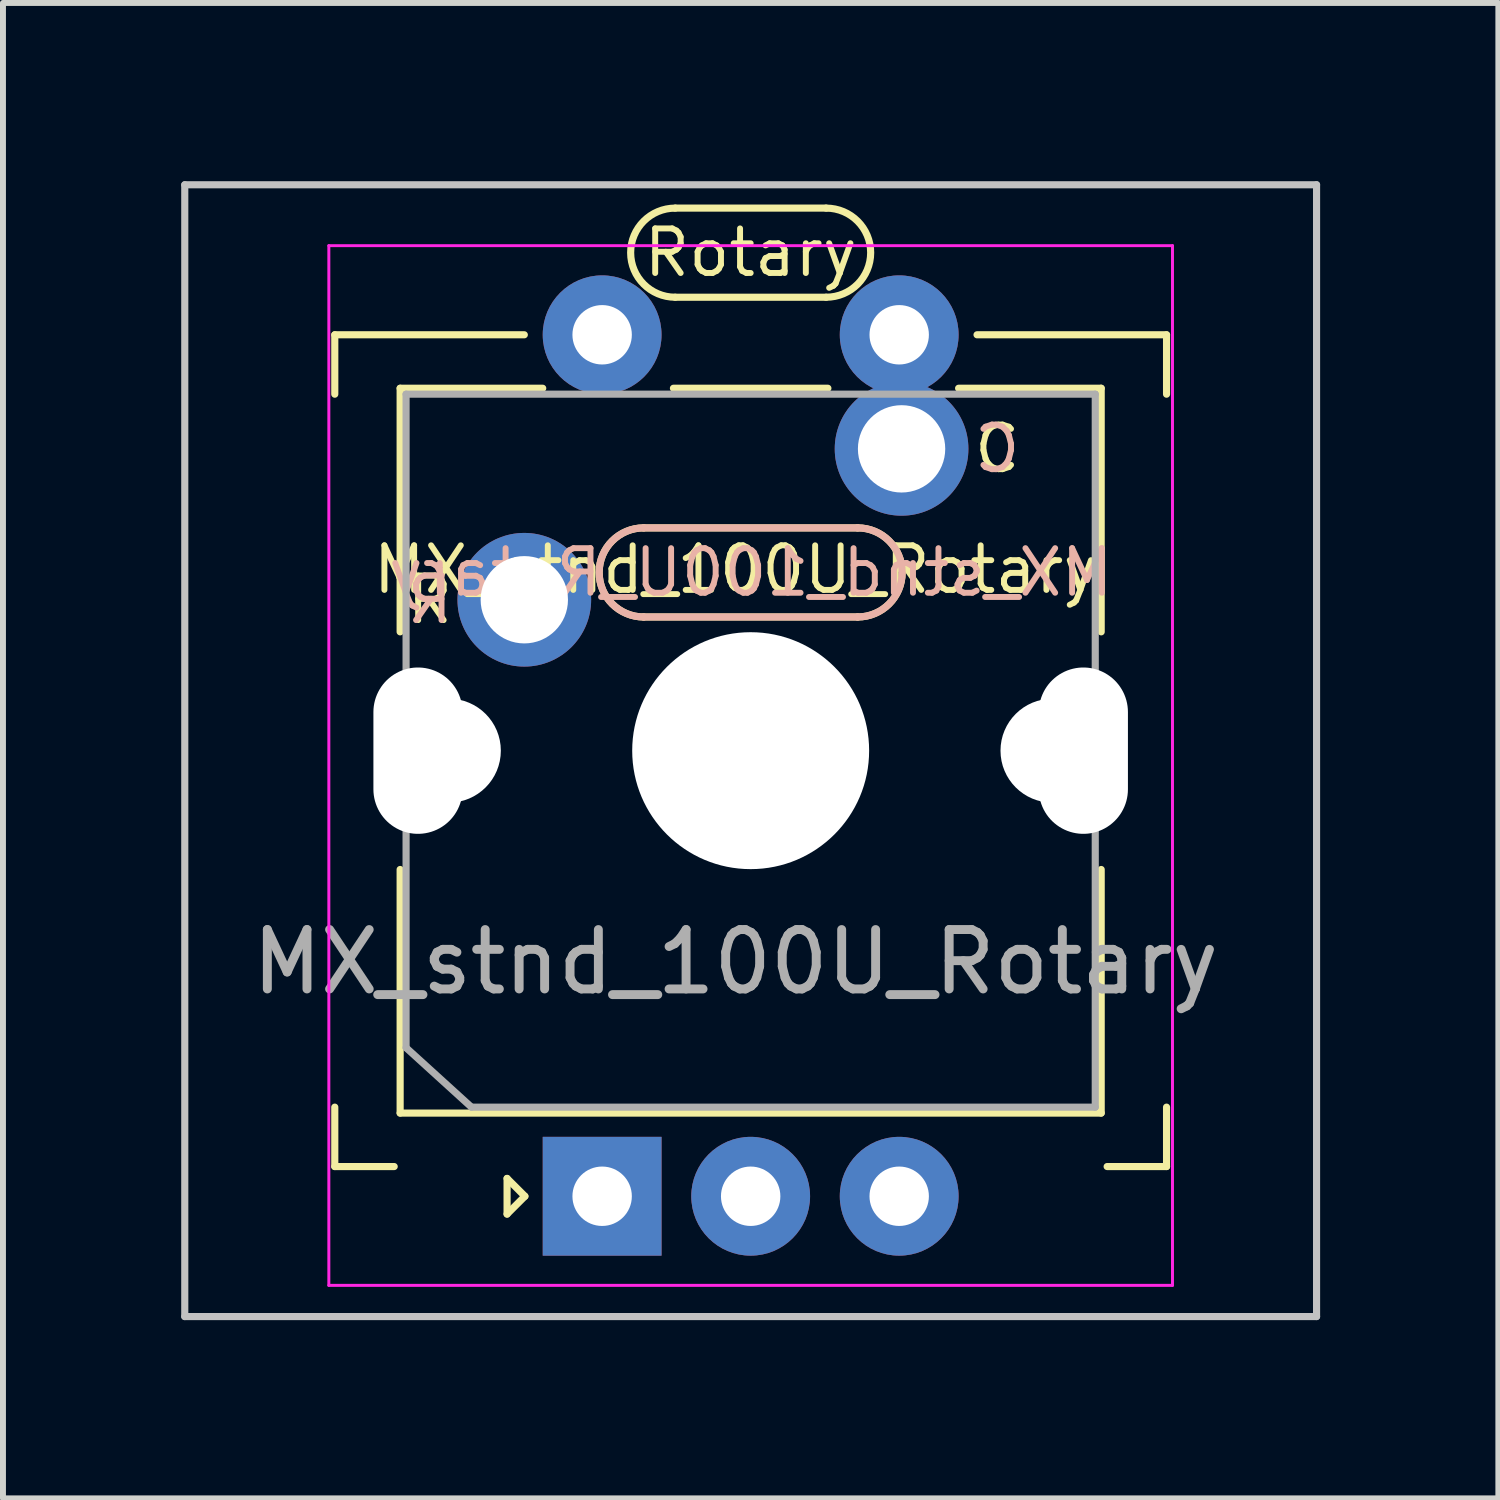
<source format=kicad_pcb>
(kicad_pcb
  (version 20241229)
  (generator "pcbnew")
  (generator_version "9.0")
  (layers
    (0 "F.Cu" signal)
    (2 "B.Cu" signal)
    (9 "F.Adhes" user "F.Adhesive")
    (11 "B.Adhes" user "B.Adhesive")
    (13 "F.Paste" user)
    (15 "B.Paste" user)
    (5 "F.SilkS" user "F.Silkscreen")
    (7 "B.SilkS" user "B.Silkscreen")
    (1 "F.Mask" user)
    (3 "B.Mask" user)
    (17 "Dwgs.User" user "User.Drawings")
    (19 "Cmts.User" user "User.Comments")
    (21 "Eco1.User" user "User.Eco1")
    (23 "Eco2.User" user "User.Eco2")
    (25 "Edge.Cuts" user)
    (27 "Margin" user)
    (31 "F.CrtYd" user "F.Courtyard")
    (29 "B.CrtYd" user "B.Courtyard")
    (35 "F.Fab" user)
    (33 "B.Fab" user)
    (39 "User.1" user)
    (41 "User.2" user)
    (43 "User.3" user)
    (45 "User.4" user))
  (footprint "MX_stnd_100U_Rotary"
    (layer "F.Cu")
    (at 9.585 9.585)
    (property "Reference" "MX_stnd_100U_Rotary" (at -0.254 -3.048 0) (unlocked yes) (layer "F.SilkS") (effects (font (size 0.75 0.75) (thickness 0.1))))
    (attr through_hole)
    (fp_line (start -7 -7) (end -3.81 -7) (stroke (width 0.12) (type solid)) (layer "F.SilkS"))
    (fp_line (start -7 -6) (end -7 -7) (stroke (width 0.12) (type solid)) (layer "F.SilkS"))
    (fp_line (start -7 7) (end -7 6) (stroke (width 0.12) (type solid)) (layer "F.SilkS"))
    (fp_line (start -6 7) (end -7 7) (stroke (width 0.12) (type solid)) (layer "F.SilkS"))
    (fp_line (start -5.9 -6.1) (end -3.5 -6.1) (stroke (width 0.12) (type solid)) (layer "F.SilkS"))
    (fp_line (start -5.9 -2) (end -5.9 -6.1) (stroke (width 0.12) (type solid)) (layer "F.SilkS"))
    (fp_line (start -5.9 2) (end -5.9 6.1) (stroke (width 0.12) (type solid)) (layer "F.SilkS"))
    (fp_line (start -5.9 6.1) (end 5.9 6.1) (stroke (width 0.12) (type solid)) (layer "F.SilkS"))
    (fp_line (start -4.1 7.2) (end -3.8 7.5) (stroke (width 0.12) (type solid)) (layer "F.SilkS"))
    (fp_line (start -4.1 7.8) (end -4.1 7.2) (stroke (width 0.12) (type solid)) (layer "F.SilkS"))
    (fp_line (start -3.8 7.5) (end -4.1 7.8) (stroke (width 0.12) (type solid)) (layer "F.SilkS"))
    (fp_line (start -1.8 -3.75) (end 1.8 -3.75) (stroke (width 0.12) (type solid)) (layer "F.SilkS"))
    (fp_line (start -1.3 -6.1) (end 1.3 -6.1) (stroke (width 0.12) (type solid)) (layer "F.SilkS"))
    (fp_line (start -1.27 -9.132) (end 1.27 -9.132) (stroke (width 0.12) (type solid)) (layer "F.SilkS"))
    (fp_line (start 1.27 -7.632) (end -1.27 -7.632) (stroke (width 0.12) (type solid)) (layer "F.SilkS"))
    (fp_line (start 1.8 -2.25) (end -1.8 -2.25) (stroke (width 0.12) (type solid)) (layer "F.SilkS"))
    (fp_line (start 3.5 -6.1) (end 5.9 -6.1) (stroke (width 0.12) (type solid)) (layer "F.SilkS"))
    (fp_line (start 5.9 -6.1) (end 5.9 -2) (stroke (width 0.12) (type solid)) (layer "F.SilkS"))
    (fp_line (start 5.9 2) (end 5.9 6.1) (stroke (width 0.12) (type solid)) (layer "F.SilkS"))
    (fp_line (start 6 7) (end 7 7) (stroke (width 0.12) (type solid)) (layer "F.SilkS"))
    (fp_line (start 7 -7) (end 3.81 -7) (stroke (width 0.12) (type solid)) (layer "F.SilkS"))
    (fp_line (start 7 -7) (end 7 -6) (stroke (width 0.12) (type solid)) (layer "F.SilkS"))
    (fp_line (start 7 7) (end 7 6) (stroke (width 0.12) (type solid)) (layer "F.SilkS"))
    (fp_arc (start -1.8 -2.25) (mid -2.55 -3) (end -1.8 -3.75) (stroke (width 0.12) (type solid)) (layer "F.SilkS"))
    (fp_arc (start -1.27 -7.632) (mid -2.02 -8.382) (end -1.27 -9.132) (stroke (width 0.12) (type solid)) (layer "F.SilkS"))
    (fp_arc (start 1.27 -9.132) (mid 2.02 -8.382) (end 1.27 -7.632) (stroke (width 0.12) (type solid)) (layer "F.SilkS"))
    (fp_arc (start 1.8 -3.75) (mid 2.55 -3) (end 1.8 -2.25) (stroke (width 0.12) (type solid)) (layer "F.SilkS"))
    (fp_line (start -1.8 -2.25) (end 1.8 -2.25) (stroke (width 0.12) (type solid)) (layer "B.SilkS"))
    (fp_line (start 1.8 -3.75) (end -1.8 -3.75) (stroke (width 0.12) (type solid)) (layer "B.SilkS"))
    (fp_arc (start -1.8 -2.25) (mid -2.55 -3) (end -1.8 -3.75) (stroke (width 0.12) (type solid)) (layer "B.SilkS"))
    (fp_arc (start 1.8 -3.75) (mid 2.55 -3) (end 1.8 -2.25) (stroke (width 0.12) (type solid)) (layer "B.SilkS"))
    (fp_line (start -9.525 -9.525) (end -9.525 9.525) (stroke (width 0.12) (type solid)) (layer "Dwgs.User"))
    (fp_line (start -9.525 9.525) (end 9.525 9.525) (stroke (width 0.12) (type solid)) (layer "Dwgs.User"))
    (fp_line (start 9.525 -9.525) (end -9.525 -9.525) (stroke (width 0.12) (type solid)) (layer "Dwgs.User"))
    (fp_line (start 9.525 9.525) (end 9.525 -9.525) (stroke (width 0.12) (type solid)) (layer "Dwgs.User"))
    (fp_line (start -7.1 9) (end -7.1 -8.5) (stroke (width 0.05) (type solid)) (layer "F.CrtYd"))
    (fp_line (start -7.1 9) (end 7.1 9) (stroke (width 0.05) (type solid)) (layer "F.CrtYd"))
    (fp_line (start 7.1 -8.5) (end -7.1 -8.5) (stroke (width 0.05) (type solid)) (layer "F.CrtYd"))
    (fp_line (start 7.1 -8.5) (end 7.1 9) (stroke (width 0.05) (type solid)) (layer "F.CrtYd"))
    (fp_line (start -5.8 -6) (end 5.8 -6) (stroke (width 0.12) (type solid)) (layer "F.Fab"))
    (fp_line (start -5.8 5) (end -5.8 -6) (stroke (width 0.12) (type solid)) (layer "F.Fab"))
    (fp_line (start -4.7 6) (end -5.8 5) (stroke (width 0.12) (type solid)) (layer "F.Fab"))
    (fp_line (start 5.8 -6) (end 5.8 6) (stroke (width 0.12) (type solid)) (layer "F.Fab"))
    (fp_line (start 5.8 6) (end -4.7 6) (stroke (width 0.12) (type solid)) (layer "F.Fab"))
    (fp_text user "R" (at -5.4 -2.54 0) (unlocked yes) (layer "F.SilkS") (effects (font (size 0.75 0.75) (thickness 0.1))))
    (fp_text user "C" (at 4.15 -5.08 0) (unlocked yes) (layer "F.SilkS") (effects (font (size 0.75 0.75) (thickness 0.1))))
    (fp_text user "Rotary" (at 0 -8.382 0) (unlocked yes) (layer "F.SilkS") (effects (font (size 0.75 0.75) (thickness 0.1))))
    (fp_text user "${REFERENCE}" (at 0 -3 0) (unlocked yes) (layer "B.SilkS") (effects (font (size 0.75 0.75) (thickness 0.1)) (justify mirror)))
    (fp_text user "R" (at -5.4 -2.54 0) (unlocked yes) (layer "B.SilkS") (effects (font (size 0.75 0.75) (thickness 0.1)) (justify mirror)))
    (fp_text user "C" (at 4.15 -5.08 0) (unlocked yes) (layer "B.SilkS") (effects (font (size 0.75 0.75) (thickness 0.1)) (justify mirror)))
    (fp_text user "${REFERENCE}" (at -0.254 3.556 0) (unlocked yes) (layer "F.Fab") (effects (font (size 1 1) (thickness 0.15))))
    (pad "" np_thru_hole oval (at -5.6 0 90) (size 2.8 1.5) (drill oval 2.8 1.5) (layers "*.Cu" "*.Mask"))
    (pad "" np_thru_hole circle (at -5.08 0) (size 1.75 1.75) (drill 1.75) (layers "*.Cu" "*.Mask"))
    (pad "" np_thru_hole circle (at 0 0) (size 3.988 3.988) (drill 3.988) (layers "*.Cu" "*.Mask"))
    (pad "" np_thru_hole circle (at 5.08 0) (size 1.75 1.75) (drill 1.75) (layers "*.Cu" "*.Mask"))
    (pad "" np_thru_hole oval (at 5.6 0 90) (size 2.8 1.5) (drill oval 2.8 1.5) (layers "*.Cu" "*.Mask"))
    (pad "A" thru_hole rect (at -2.5 7.5 90) (size 2 2) (drill 1) (layers "*.Cu" "*.Mask"))
    (pad "B" thru_hole circle (at 2.5 7.5 90) (size 2 2) (drill 1) (layers "*.Cu" "*.Mask"))
    (pad "C" thru_hole circle (at 0 7.5 90) (size 2 2) (drill 1) (layers "*.Cu" "*.Mask"))
    (pad "S1" thru_hole circle (at -3.81 -2.54) (size 2.25 2.25) (drill 1.47) (layers "*.Cu" "*.Mask"))
    (pad "S1" thru_hole circle (at -2.5 -7 90) (size 2 2) (drill 1) (layers "*.Cu" "*.Mask"))
    (pad "S2" thru_hole circle (at 2.5 -7 90) (size 2 2) (drill 1) (layers "*.Cu" "*.Mask"))
    (pad "S2" thru_hole circle (at 2.54 -5.08) (size 2.25 2.25) (drill 1.47) (layers "*.Cu" "*.Mask")))
  (gr_rect
    (start -3 -3)
    (end 22.17 22.17)
    (stroke (width 0.1) (type default))
    (fill no)
    (layer "Edge.Cuts")))
</source>
